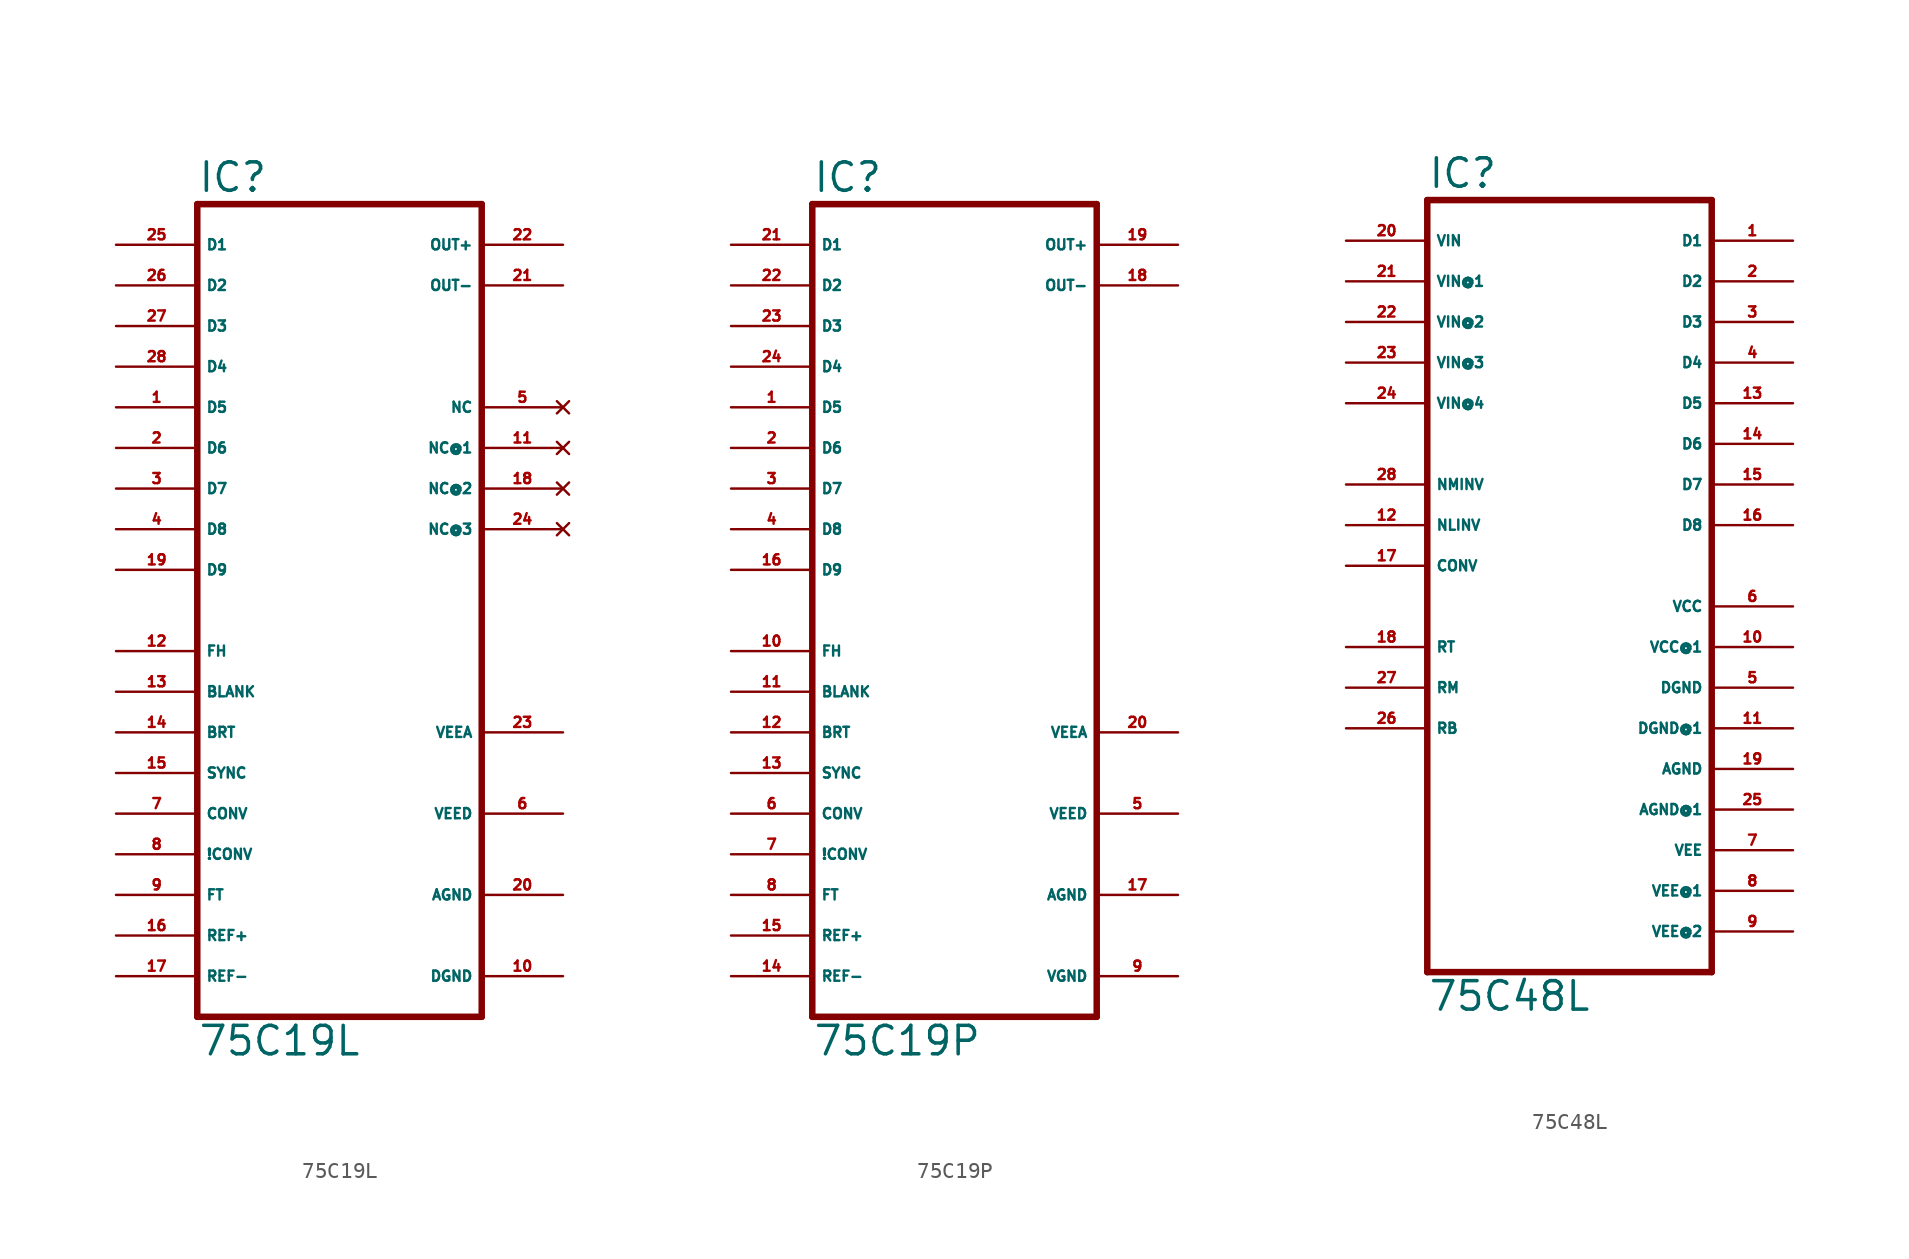
<source format=kicad_sym>
(kicad_symbol_lib
  (version 20220914)
  (generator Eagle2Kicad)
  (symbol "75C19L"
    (property "Reference" "IC"
      (at -7.62 26.035 0)
      (effects (font (size 1.778 1.778) (thickness 0.22)) (justify left bottom)))
    (property "Value" "75C19L"
      (at -7.62 -27.94 0)
      (effects (font (size 1.778 1.778) (thickness 0.22)) (justify left bottom)))
    (polyline
      (pts (xy -7.62 25.4) (xy 10.16 25.4))
      (stroke (width 0.406) (type default))
      (fill (type none)))
    (polyline
      (pts (xy 10.16 25.4) (xy 10.16 -25.4))
      (stroke (width 0.406) (type default))
      (fill (type none)))
    (polyline
      (pts (xy 10.16 -25.4) (xy -7.62 -25.4))
      (stroke (width 0.406) (type default))
      (fill (type none)))
    (polyline
      (pts (xy -7.62 -25.4) (xy -7.62 25.4))
      (stroke (width 0.406) (type default))
      (fill (type none)))
    (pin input line
      (at -12.7 22.86 0)
      (length 5.08)
      (name "D1" (effects (font (size 0.635 0.635) (thickness 0.08)) (justify left bottom)))
      (number "25" (effects (font (size 0.635 0.635) (thickness 0.08)) (justify left bottom))))
    (pin input line
      (at -12.7 20.32 0)
      (length 5.08)
      (name "D2" (effects (font (size 0.635 0.635) (thickness 0.08)) (justify left bottom)))
      (number "26" (effects (font (size 0.635 0.635) (thickness 0.08)) (justify left bottom))))
    (pin input line
      (at -12.7 17.78 0)
      (length 5.08)
      (name "D3" (effects (font (size 0.635 0.635) (thickness 0.08)) (justify left bottom)))
      (number "27" (effects (font (size 0.635 0.635) (thickness 0.08)) (justify left bottom))))
    (pin input line
      (at -12.7 15.24 0)
      (length 5.08)
      (name "D4" (effects (font (size 0.635 0.635) (thickness 0.08)) (justify left bottom)))
      (number "28" (effects (font (size 0.635 0.635) (thickness 0.08)) (justify left bottom))))
    (pin input line
      (at -12.7 12.7 0)
      (length 5.08)
      (name "D5" (effects (font (size 0.635 0.635) (thickness 0.08)) (justify left bottom)))
      (number "1" (effects (font (size 0.635 0.635) (thickness 0.08)) (justify left bottom))))
    (pin input line
      (at -12.7 10.16 0)
      (length 5.08)
      (name "D6" (effects (font (size 0.635 0.635) (thickness 0.08)) (justify left bottom)))
      (number "2" (effects (font (size 0.635 0.635) (thickness 0.08)) (justify left bottom))))
    (pin input line
      (at -12.7 7.62 0)
      (length 5.08)
      (name "D7" (effects (font (size 0.635 0.635) (thickness 0.08)) (justify left bottom)))
      (number "3" (effects (font (size 0.635 0.635) (thickness 0.08)) (justify left bottom))))
    (pin input line
      (at -12.7 5.08 0)
      (length 5.08)
      (name "D8" (effects (font (size 0.635 0.635) (thickness 0.08)) (justify left bottom)))
      (number "4" (effects (font (size 0.635 0.635) (thickness 0.08)) (justify left bottom))))
    (pin input line
      (at -12.7 -2.54 0)
      (length 5.08)
      (name "FH" (effects (font (size 0.635 0.635) (thickness 0.08)) (justify left bottom)))
      (number "12" (effects (font (size 0.635 0.635) (thickness 0.08)) (justify left bottom))))
    (pin input line
      (at -12.7 -5.08 0)
      (length 5.08)
      (name "BLANK" (effects (font (size 0.635 0.635) (thickness 0.08)) (justify left bottom)))
      (number "13" (effects (font (size 0.635 0.635) (thickness 0.08)) (justify left bottom))))
    (pin input line
      (at -12.7 -7.62 0)
      (length 5.08)
      (name "BRT" (effects (font (size 0.635 0.635) (thickness 0.08)) (justify left bottom)))
      (number "14" (effects (font (size 0.635 0.635) (thickness 0.08)) (justify left bottom))))
    (pin input line
      (at -12.7 -10.16 0)
      (length 5.08)
      (name "SYNC" (effects (font (size 0.635 0.635) (thickness 0.08)) (justify left bottom)))
      (number "15" (effects (font (size 0.635 0.635) (thickness 0.08)) (justify left bottom))))
    (pin input line
      (at -12.7 -12.7 0)
      (length 5.08)
      (name "CONV" (effects (font (size 0.635 0.635) (thickness 0.08)) (justify left bottom)))
      (number "7" (effects (font (size 0.635 0.635) (thickness 0.08)) (justify left bottom))))
    (pin input line
      (at -12.7 -15.24 0)
      (length 5.08)
      (name "!CONV" (effects (font (size 0.635 0.635) (thickness 0.08)) (justify left bottom)))
      (number "8" (effects (font (size 0.635 0.635) (thickness 0.08)) (justify left bottom))))
    (pin input line
      (at -12.7 -17.78 0)
      (length 5.08)
      (name "FT" (effects (font (size 0.635 0.635) (thickness 0.08)) (justify left bottom)))
      (number "9" (effects (font (size 0.635 0.635) (thickness 0.08)) (justify left bottom))))
    (pin unspecified line
      (at 15.24 -7.62 180)
      (length 5.08)
      (name "VEEA" (effects (font (size 0.635 0.635) (thickness 0.08)) (justify left bottom)))
      (number "23" (effects (font (size 0.635 0.635) (thickness 0.08)) (justify left bottom))))
    (pin unspecified line
      (at 15.24 -12.7 180)
      (length 5.08)
      (name "VEED" (effects (font (size 0.635 0.635) (thickness 0.08)) (justify left bottom)))
      (number "6" (effects (font (size 0.635 0.635) (thickness 0.08)) (justify left bottom))))
    (pin unspecified line
      (at 15.24 -17.78 180)
      (length 5.08)
      (name "AGND" (effects (font (size 0.635 0.635) (thickness 0.08)) (justify left bottom)))
      (number "20" (effects (font (size 0.635 0.635) (thickness 0.08)) (justify left bottom))))
    (pin unspecified line
      (at 15.24 -22.86 180)
      (length 5.08)
      (name "DGND" (effects (font (size 0.635 0.635) (thickness 0.08)) (justify left bottom)))
      (number "10" (effects (font (size 0.635 0.635) (thickness 0.08)) (justify left bottom))))
    (pin input line
      (at -12.7 -20.32 0)
      (length 5.08)
      (name "REF+" (effects (font (size 0.635 0.635) (thickness 0.08)) (justify left bottom)))
      (number "16" (effects (font (size 0.635 0.635) (thickness 0.08)) (justify left bottom))))
    (pin input line
      (at -12.7 -22.86 0)
      (length 5.08)
      (name "REF-" (effects (font (size 0.635 0.635) (thickness 0.08)) (justify left bottom)))
      (number "17" (effects (font (size 0.635 0.635) (thickness 0.08)) (justify left bottom))))
    (pin output line
      (at 15.24 22.86 180)
      (length 5.08)
      (name "OUT+" (effects (font (size 0.635 0.635) (thickness 0.08)) (justify left bottom)))
      (number "22" (effects (font (size 0.635 0.635) (thickness 0.08)) (justify left bottom))))
    (pin output line
      (at 15.24 20.32 180)
      (length 5.08)
      (name "OUT-" (effects (font (size 0.635 0.635) (thickness 0.08)) (justify left bottom)))
      (number "21" (effects (font (size 0.635 0.635) (thickness 0.08)) (justify left bottom))))
    (pin input line
      (at -12.7 2.54 0)
      (length 5.08)
      (name "D9" (effects (font (size 0.635 0.635) (thickness 0.08)) (justify left bottom)))
      (number "19" (effects (font (size 0.635 0.635) (thickness 0.08)) (justify left bottom))))
    (pin no_connect line
      (at 15.24 5.08 180)
      (length 5.08)
      (name "NC@3" (effects (font (size 0.635 0.635) (thickness 0.08)) (justify left bottom) hide))
      (number "24" (effects (font (size 0.635 0.635) (thickness 0.08)) (justify left bottom) hide)))
    (pin no_connect line
      (at 15.24 7.62 180)
      (length 5.08)
      (name "NC@2" (effects (font (size 0.635 0.635) (thickness 0.08)) (justify left bottom) hide))
      (number "18" (effects (font (size 0.635 0.635) (thickness 0.08)) (justify left bottom) hide)))
    (pin no_connect line
      (at 15.24 10.16 180)
      (length 5.08)
      (name "NC@1" (effects (font (size 0.635 0.635) (thickness 0.08)) (justify left bottom) hide))
      (number "11" (effects (font (size 0.635 0.635) (thickness 0.08)) (justify left bottom) hide)))
    (pin no_connect line
      (at 15.24 12.7 180)
      (length 5.08)
      (name "NC" (effects (font (size 0.635 0.635) (thickness 0.08)) (justify left bottom) hide))
      (number "5" (effects (font (size 0.635 0.635) (thickness 0.08)) (justify left bottom) hide))))
  (symbol "75C19P"
    (property "Reference" "IC"
      (at -7.62 26.035 0)
      (effects (font (size 1.778 1.778) (thickness 0.22)) (justify left bottom)))
    (property "Value" "75C19P"
      (at -7.62 -27.94 0)
      (effects (font (size 1.778 1.778) (thickness 0.22)) (justify left bottom)))
    (polyline
      (pts (xy -7.62 25.4) (xy 10.16 25.4))
      (stroke (width 0.406) (type default))
      (fill (type none)))
    (polyline
      (pts (xy 10.16 25.4) (xy 10.16 -25.4))
      (stroke (width 0.406) (type default))
      (fill (type none)))
    (polyline
      (pts (xy 10.16 -25.4) (xy -7.62 -25.4))
      (stroke (width 0.406) (type default))
      (fill (type none)))
    (polyline
      (pts (xy -7.62 -25.4) (xy -7.62 25.4))
      (stroke (width 0.406) (type default))
      (fill (type none)))
    (pin input line
      (at -12.7 22.86 0)
      (length 5.08)
      (name "D1" (effects (font (size 0.635 0.635) (thickness 0.08)) (justify left bottom)))
      (number "21" (effects (font (size 0.635 0.635) (thickness 0.08)) (justify left bottom))))
    (pin input line
      (at -12.7 20.32 0)
      (length 5.08)
      (name "D2" (effects (font (size 0.635 0.635) (thickness 0.08)) (justify left bottom)))
      (number "22" (effects (font (size 0.635 0.635) (thickness 0.08)) (justify left bottom))))
    (pin input line
      (at -12.7 17.78 0)
      (length 5.08)
      (name "D3" (effects (font (size 0.635 0.635) (thickness 0.08)) (justify left bottom)))
      (number "23" (effects (font (size 0.635 0.635) (thickness 0.08)) (justify left bottom))))
    (pin input line
      (at -12.7 15.24 0)
      (length 5.08)
      (name "D4" (effects (font (size 0.635 0.635) (thickness 0.08)) (justify left bottom)))
      (number "24" (effects (font (size 0.635 0.635) (thickness 0.08)) (justify left bottom))))
    (pin input line
      (at -12.7 12.7 0)
      (length 5.08)
      (name "D5" (effects (font (size 0.635 0.635) (thickness 0.08)) (justify left bottom)))
      (number "1" (effects (font (size 0.635 0.635) (thickness 0.08)) (justify left bottom))))
    (pin input line
      (at -12.7 10.16 0)
      (length 5.08)
      (name "D6" (effects (font (size 0.635 0.635) (thickness 0.08)) (justify left bottom)))
      (number "2" (effects (font (size 0.635 0.635) (thickness 0.08)) (justify left bottom))))
    (pin input line
      (at -12.7 7.62 0)
      (length 5.08)
      (name "D7" (effects (font (size 0.635 0.635) (thickness 0.08)) (justify left bottom)))
      (number "3" (effects (font (size 0.635 0.635) (thickness 0.08)) (justify left bottom))))
    (pin input line
      (at -12.7 5.08 0)
      (length 5.08)
      (name "D8" (effects (font (size 0.635 0.635) (thickness 0.08)) (justify left bottom)))
      (number "4" (effects (font (size 0.635 0.635) (thickness 0.08)) (justify left bottom))))
    (pin input line
      (at -12.7 -2.54 0)
      (length 5.08)
      (name "FH" (effects (font (size 0.635 0.635) (thickness 0.08)) (justify left bottom)))
      (number "10" (effects (font (size 0.635 0.635) (thickness 0.08)) (justify left bottom))))
    (pin input line
      (at -12.7 -5.08 0)
      (length 5.08)
      (name "BLANK" (effects (font (size 0.635 0.635) (thickness 0.08)) (justify left bottom)))
      (number "11" (effects (font (size 0.635 0.635) (thickness 0.08)) (justify left bottom))))
    (pin input line
      (at -12.7 -7.62 0)
      (length 5.08)
      (name "BRT" (effects (font (size 0.635 0.635) (thickness 0.08)) (justify left bottom)))
      (number "12" (effects (font (size 0.635 0.635) (thickness 0.08)) (justify left bottom))))
    (pin input line
      (at -12.7 -10.16 0)
      (length 5.08)
      (name "SYNC" (effects (font (size 0.635 0.635) (thickness 0.08)) (justify left bottom)))
      (number "13" (effects (font (size 0.635 0.635) (thickness 0.08)) (justify left bottom))))
    (pin input line
      (at -12.7 -12.7 0)
      (length 5.08)
      (name "CONV" (effects (font (size 0.635 0.635) (thickness 0.08)) (justify left bottom)))
      (number "6" (effects (font (size 0.635 0.635) (thickness 0.08)) (justify left bottom))))
    (pin input line
      (at -12.7 -15.24 0)
      (length 5.08)
      (name "!CONV" (effects (font (size 0.635 0.635) (thickness 0.08)) (justify left bottom)))
      (number "7" (effects (font (size 0.635 0.635) (thickness 0.08)) (justify left bottom))))
    (pin input line
      (at -12.7 -17.78 0)
      (length 5.08)
      (name "FT" (effects (font (size 0.635 0.635) (thickness 0.08)) (justify left bottom)))
      (number "8" (effects (font (size 0.635 0.635) (thickness 0.08)) (justify left bottom))))
    (pin input line
      (at 15.24 -7.62 180)
      (length 5.08)
      (name "VEEA" (effects (font (size 0.635 0.635) (thickness 0.08)) (justify left bottom)))
      (number "20" (effects (font (size 0.635 0.635) (thickness 0.08)) (justify left bottom))))
    (pin unspecified line
      (at 15.24 -12.7 180)
      (length 5.08)
      (name "VEED" (effects (font (size 0.635 0.635) (thickness 0.08)) (justify left bottom)))
      (number "5" (effects (font (size 0.635 0.635) (thickness 0.08)) (justify left bottom))))
    (pin unspecified line
      (at 15.24 -17.78 180)
      (length 5.08)
      (name "AGND" (effects (font (size 0.635 0.635) (thickness 0.08)) (justify left bottom)))
      (number "17" (effects (font (size 0.635 0.635) (thickness 0.08)) (justify left bottom))))
    (pin unspecified line
      (at 15.24 -22.86 180)
      (length 5.08)
      (name "VGND" (effects (font (size 0.635 0.635) (thickness 0.08)) (justify left bottom)))
      (number "9" (effects (font (size 0.635 0.635) (thickness 0.08)) (justify left bottom))))
    (pin input line
      (at -12.7 -20.32 0)
      (length 5.08)
      (name "REF+" (effects (font (size 0.635 0.635) (thickness 0.08)) (justify left bottom)))
      (number "15" (effects (font (size 0.635 0.635) (thickness 0.08)) (justify left bottom))))
    (pin input line
      (at -12.7 -22.86 0)
      (length 5.08)
      (name "REF-" (effects (font (size 0.635 0.635) (thickness 0.08)) (justify left bottom)))
      (number "14" (effects (font (size 0.635 0.635) (thickness 0.08)) (justify left bottom))))
    (pin output line
      (at 15.24 22.86 180)
      (length 5.08)
      (name "OUT+" (effects (font (size 0.635 0.635) (thickness 0.08)) (justify left bottom)))
      (number "19" (effects (font (size 0.635 0.635) (thickness 0.08)) (justify left bottom))))
    (pin output line
      (at 15.24 20.32 180)
      (length 5.08)
      (name "OUT-" (effects (font (size 0.635 0.635) (thickness 0.08)) (justify left bottom)))
      (number "18" (effects (font (size 0.635 0.635) (thickness 0.08)) (justify left bottom))))
    (pin input line
      (at -12.7 2.54 0)
      (length 5.08)
      (name "D9" (effects (font (size 0.635 0.635) (thickness 0.08)) (justify left bottom)))
      (number "16" (effects (font (size 0.635 0.635) (thickness 0.08)) (justify left bottom)))))
  (symbol "75C48L"
    (property "Reference" "IC"
      (at -7.62 23.495 0)
      (effects (font (size 1.778 1.778) (thickness 0.22)) (justify left bottom)))
    (property "Value" "75C48L"
      (at -7.62 -27.94 0)
      (effects (font (size 1.778 1.778) (thickness 0.22)) (justify left bottom)))
    (polyline
      (pts (xy 10.16 -25.4) (xy -7.62 -25.4))
      (stroke (width 0.406) (type default))
      (fill (type none)))
    (polyline
      (pts (xy -7.62 -25.4) (xy -7.62 22.86))
      (stroke (width 0.406) (type default))
      (fill (type none)))
    (polyline
      (pts (xy -7.62 22.86) (xy 10.16 22.86))
      (stroke (width 0.406) (type default))
      (fill (type none)))
    (polyline
      (pts (xy 10.16 22.86) (xy 10.16 -25.4))
      (stroke (width 0.406) (type default))
      (fill (type none)))
    (pin input line
      (at -12.7 20.32 0)
      (length 5.08)
      (name "VIN" (effects (font (size 0.635 0.635) (thickness 0.08)) (justify left bottom)))
      (number "20" (effects (font (size 0.635 0.635) (thickness 0.08)) (justify left bottom))))
    (pin input line
      (at -12.7 17.78 0)
      (length 5.08)
      (name "VIN@1" (effects (font (size 0.635 0.635) (thickness 0.08)) (justify left bottom)))
      (number "21" (effects (font (size 0.635 0.635) (thickness 0.08)) (justify left bottom))))
    (pin input line
      (at -12.7 15.24 0)
      (length 5.08)
      (name "VIN@2" (effects (font (size 0.635 0.635) (thickness 0.08)) (justify left bottom)))
      (number "22" (effects (font (size 0.635 0.635) (thickness 0.08)) (justify left bottom))))
    (pin input line
      (at -12.7 12.7 0)
      (length 5.08)
      (name "VIN@3" (effects (font (size 0.635 0.635) (thickness 0.08)) (justify left bottom)))
      (number "23" (effects (font (size 0.635 0.635) (thickness 0.08)) (justify left bottom))))
    (pin input line
      (at -12.7 10.16 0)
      (length 5.08)
      (name "VIN@4" (effects (font (size 0.635 0.635) (thickness 0.08)) (justify left bottom)))
      (number "24" (effects (font (size 0.635 0.635) (thickness 0.08)) (justify left bottom))))
    (pin input line
      (at -12.7 5.08 0)
      (length 5.08)
      (name "NMINV" (effects (font (size 0.635 0.635) (thickness 0.08)) (justify left bottom)))
      (number "28" (effects (font (size 0.635 0.635) (thickness 0.08)) (justify left bottom))))
    (pin input line
      (at -12.7 2.54 0)
      (length 5.08)
      (name "NLINV" (effects (font (size 0.635 0.635) (thickness 0.08)) (justify left bottom)))
      (number "12" (effects (font (size 0.635 0.635) (thickness 0.08)) (justify left bottom))))
    (pin input line
      (at -12.7 0 0)
      (length 5.08)
      (name "CONV" (effects (font (size 0.635 0.635) (thickness 0.08)) (justify left bottom)))
      (number "17" (effects (font (size 0.635 0.635) (thickness 0.08)) (justify left bottom))))
    (pin input line
      (at -12.7 -5.08 0)
      (length 5.08)
      (name "RT" (effects (font (size 0.635 0.635) (thickness 0.08)) (justify left bottom)))
      (number "18" (effects (font (size 0.635 0.635) (thickness 0.08)) (justify left bottom))))
    (pin input line
      (at -12.7 -7.62 0)
      (length 5.08)
      (name "RM" (effects (font (size 0.635 0.635) (thickness 0.08)) (justify left bottom)))
      (number "27" (effects (font (size 0.635 0.635) (thickness 0.08)) (justify left bottom))))
    (pin input line
      (at -12.7 -10.16 0)
      (length 5.08)
      (name "RB" (effects (font (size 0.635 0.635) (thickness 0.08)) (justify left bottom)))
      (number "26" (effects (font (size 0.635 0.635) (thickness 0.08)) (justify left bottom))))
    (pin output line
      (at 15.24 20.32 180)
      (length 5.08)
      (name "D1" (effects (font (size 0.635 0.635) (thickness 0.08)) (justify left bottom)))
      (number "1" (effects (font (size 0.635 0.635) (thickness 0.08)) (justify left bottom))))
    (pin output line
      (at 15.24 17.78 180)
      (length 5.08)
      (name "D2" (effects (font (size 0.635 0.635) (thickness 0.08)) (justify left bottom)))
      (number "2" (effects (font (size 0.635 0.635) (thickness 0.08)) (justify left bottom))))
    (pin output line
      (at 15.24 15.24 180)
      (length 5.08)
      (name "D3" (effects (font (size 0.635 0.635) (thickness 0.08)) (justify left bottom)))
      (number "3" (effects (font (size 0.635 0.635) (thickness 0.08)) (justify left bottom))))
    (pin output line
      (at 15.24 12.7 180)
      (length 5.08)
      (name "D4" (effects (font (size 0.635 0.635) (thickness 0.08)) (justify left bottom)))
      (number "4" (effects (font (size 0.635 0.635) (thickness 0.08)) (justify left bottom))))
    (pin output line
      (at 15.24 10.16 180)
      (length 5.08)
      (name "D5" (effects (font (size 0.635 0.635) (thickness 0.08)) (justify left bottom)))
      (number "13" (effects (font (size 0.635 0.635) (thickness 0.08)) (justify left bottom))))
    (pin output line
      (at 15.24 7.62 180)
      (length 5.08)
      (name "D6" (effects (font (size 0.635 0.635) (thickness 0.08)) (justify left bottom)))
      (number "14" (effects (font (size 0.635 0.635) (thickness 0.08)) (justify left bottom))))
    (pin output line
      (at 15.24 5.08 180)
      (length 5.08)
      (name "D7" (effects (font (size 0.635 0.635) (thickness 0.08)) (justify left bottom)))
      (number "15" (effects (font (size 0.635 0.635) (thickness 0.08)) (justify left bottom))))
    (pin output line
      (at 15.24 2.54 180)
      (length 5.08)
      (name "D8" (effects (font (size 0.635 0.635) (thickness 0.08)) (justify left bottom)))
      (number "16" (effects (font (size 0.635 0.635) (thickness 0.08)) (justify left bottom))))
    (pin unspecified line
      (at 15.24 -2.54 180)
      (length 5.08)
      (name "VCC" (effects (font (size 0.635 0.635) (thickness 0.08)) (justify left bottom)))
      (number "6" (effects (font (size 0.635 0.635) (thickness 0.08)) (justify left bottom))))
    (pin unspecified line
      (at 15.24 -7.62 180)
      (length 5.08)
      (name "DGND" (effects (font (size 0.635 0.635) (thickness 0.08)) (justify left bottom)))
      (number "5" (effects (font (size 0.635 0.635) (thickness 0.08)) (justify left bottom))))
    (pin unspecified line
      (at 15.24 -12.7 180)
      (length 5.08)
      (name "AGND" (effects (font (size 0.635 0.635) (thickness 0.08)) (justify left bottom)))
      (number "19" (effects (font (size 0.635 0.635) (thickness 0.08)) (justify left bottom))))
    (pin unspecified line
      (at 15.24 -15.24 180)
      (length 5.08)
      (name "AGND@1" (effects (font (size 0.635 0.635) (thickness 0.08)) (justify left bottom)))
      (number "25" (effects (font (size 0.635 0.635) (thickness 0.08)) (justify left bottom))))
    (pin unspecified line
      (at 15.24 -17.78 180)
      (length 5.08)
      (name "VEE" (effects (font (size 0.635 0.635) (thickness 0.08)) (justify left bottom)))
      (number "7" (effects (font (size 0.635 0.635) (thickness 0.08)) (justify left bottom))))
    (pin unspecified line
      (at 15.24 -20.32 180)
      (length 5.08)
      (name "VEE@1" (effects (font (size 0.635 0.635) (thickness 0.08)) (justify left bottom)))
      (number "8" (effects (font (size 0.635 0.635) (thickness 0.08)) (justify left bottom))))
    (pin unspecified line
      (at 15.24 -22.86 180)
      (length 5.08)
      (name "VEE@2" (effects (font (size 0.635 0.635) (thickness 0.08)) (justify left bottom)))
      (number "9" (effects (font (size 0.635 0.635) (thickness 0.08)) (justify left bottom))))
    (pin unspecified line
      (at 15.24 -5.08 180)
      (length 5.08)
      (name "VCC@1" (effects (font (size 0.635 0.635) (thickness 0.08)) (justify left bottom)))
      (number "10" (effects (font (size 0.635 0.635) (thickness 0.08)) (justify left bottom))))
    (pin unspecified line
      (at 15.24 -10.16 180)
      (length 5.08)
      (name "DGND@1" (effects (font (size 0.635 0.635) (thickness 0.08)) (justify left bottom)))
      (number "11" (effects (font (size 0.635 0.635) (thickness 0.08)) (justify left bottom))))))
</source>
